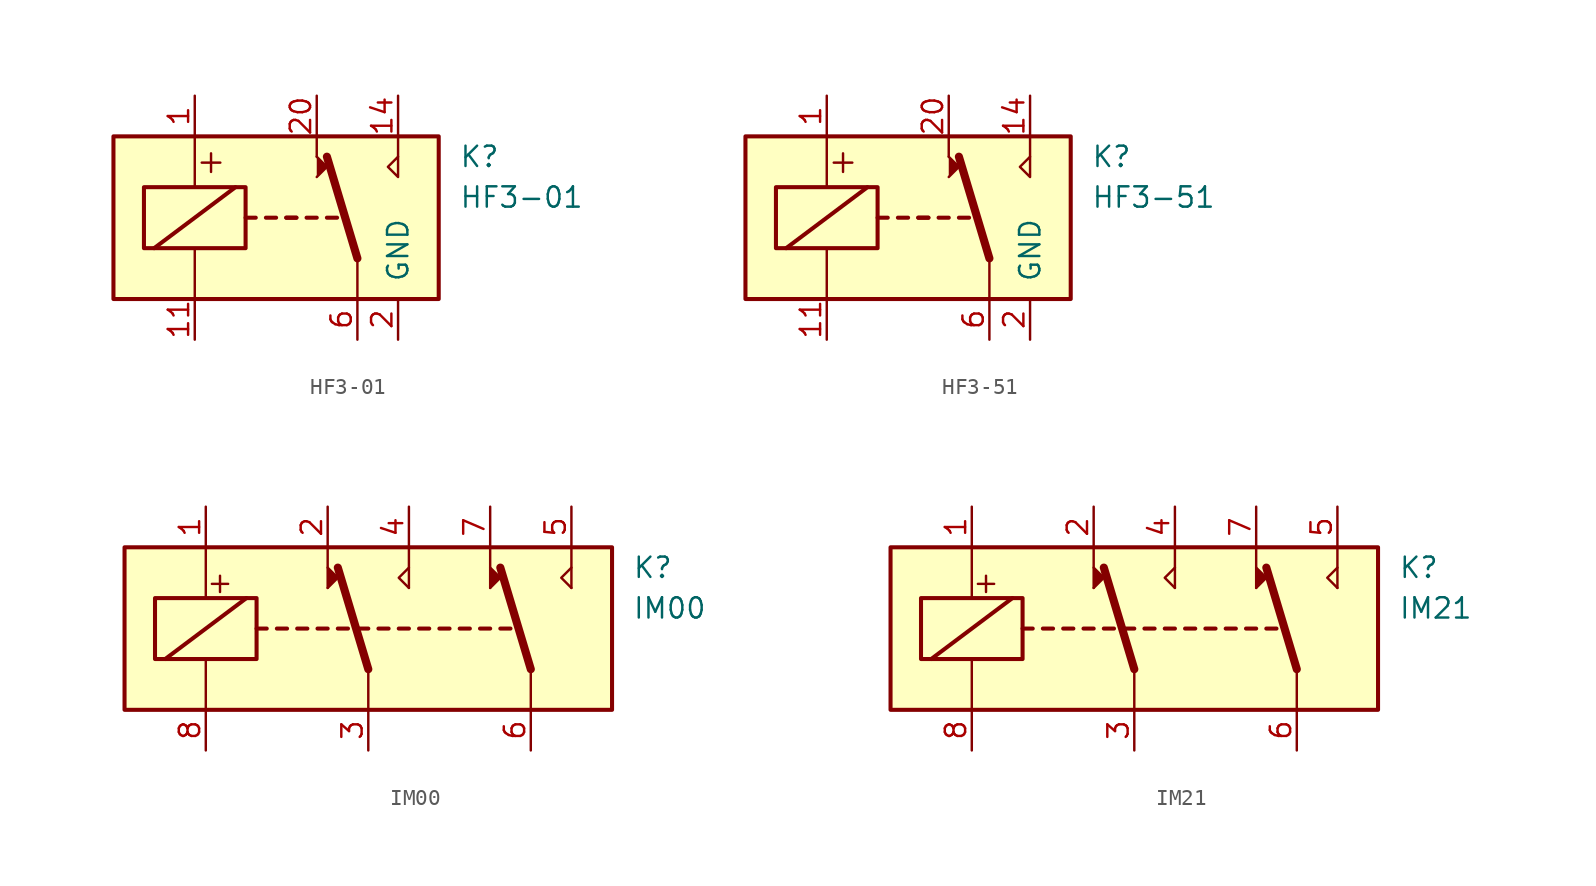
<source format=kicad_sym>
(kicad_symbol_lib
  (version 20201005)
  (generator kicad_symbol_editor)
  (symbol "HF3-01"
    (pin_names
      (offset 1.016))
    (property "Reference" "K"
      (at 11.43 3.81 0)
      (effects (font (size 1.27 1.27)) (justify left)))
    (property "Value" "HF3-01"
      (at 11.43 1.27 0)
      (effects (font (size 1.27 1.27)) (justify left)))
    (symbol "HF3-01_0_0"
      (text "+" (at -4.064 3.556 0) (effects (font (size 1.524 1.524))))
      (polyline (pts (xy 2.54 3.81) (xy 2.54 5.08)) (stroke (width 0)) (fill (type none)))
      (polyline (pts (xy 7.62 3.81) (xy 7.62 5.08)) (stroke (width 0)) (fill (type none)))
      (polyline (pts (xy 7.62 3.81) (xy 7.62 2.54) (xy 6.985 3.175) (xy 7.62 3.81)) (stroke (width 0)) (fill (type none))))
    (symbol "HF3-01_0_1"
      (rectangle (start -10.16 5.08) (end 10.16 -5.08) (stroke (width 0.254)) (fill (type background)))
      (rectangle (start -8.255 1.905) (end -1.905 -1.905) (stroke (width 0.254)) (fill (type none)))
      (polyline (pts (xy -7.62 -1.905) (xy -2.54 1.905)) (stroke (width 0.254)) (fill (type none)))
      (polyline (pts (xy -5.08 -5.08) (xy -5.08 -1.905)) (stroke (width 0)) (fill (type none)))
      (polyline (pts (xy -5.08 5.08) (xy -5.08 1.905)) (stroke (width 0)) (fill (type none)))
      (polyline (pts (xy -1.905 0) (xy -1.27 0)) (stroke (width 0.254)) (fill (type none)))
      (polyline (pts (xy -0.635 0) (xy 0 0)) (stroke (width 0.254)) (fill (type none)))
      (polyline (pts (xy 0.635 0) (xy 1.27 0)) (stroke (width 0.254)) (fill (type none)))
      (polyline (pts (xy 0.635 0) (xy 1.27 0)) (stroke (width 0.254)) (fill (type none)))
      (polyline (pts (xy 1.905 0) (xy 2.54 0)) (stroke (width 0.254)) (fill (type none)))
      (polyline (pts (xy 3.175 0) (xy 3.81 0)) (stroke (width 0.254)) (fill (type none)))
      (polyline (pts (xy 5.08 -2.54) (xy 3.175 3.81)) (stroke (width 0.508)) (fill (type none)))
      (polyline (pts (xy 5.08 -2.54) (xy 5.08 -5.08)) (stroke (width 0)) (fill (type none)))
      (polyline (pts (xy 2.54 2.54) (xy 3.175 3.175) (xy 2.54 3.81)) (stroke (width 0)) (fill (type outline))))
    (symbol "HF3-01_1_1"
      (pin passive line (at -5.08 7.62 270) (length 2.54) (name "~" (effects (font (size 1.27 1.27)))) (number "1" (effects (font (size 1.27 1.27)))))
      (pin passive line (at 7.62 -7.62 90) (length 2.54) hide (name "GND" (effects (font (size 1.27 1.27)))) (number "10" (effects (font (size 1.27 1.27)))))
      (pin passive line (at -5.08 -7.62 90) (length 2.54) (name "~" (effects (font (size 1.27 1.27)))) (number "11" (effects (font (size 1.27 1.27)))))
      (pin passive line (at 7.62 -7.62 90) (length 2.54) hide (name "GND" (effects (font (size 1.27 1.27)))) (number "12" (effects (font (size 1.27 1.27)))))
      (pin passive line (at 7.62 -7.62 90) (length 2.54) hide (name "GND" (effects (font (size 1.27 1.27)))) (number "13" (effects (font (size 1.27 1.27)))))
      (pin passive line (at 7.62 7.62 270) (length 2.54) (name "~" (effects (font (size 1.27 1.27)))) (number "14" (effects (font (size 1.27 1.27)))))
      (pin passive line (at 7.62 -7.62 90) (length 2.54) hide (name "GND" (effects (font (size 1.27 1.27)))) (number "15" (effects (font (size 1.27 1.27)))))
      (pin passive line (at 7.62 -7.62 90) (length 2.54) hide (name "GND" (effects (font (size 1.27 1.27)))) (number "17" (effects (font (size 1.27 1.27)))))
      (pin passive line (at 7.62 -7.62 90) (length 2.54) hide (name "GND" (effects (font (size 1.27 1.27)))) (number "19" (effects (font (size 1.27 1.27)))))
      (pin power_in line (at 7.62 -7.62 90) (length 2.54) (name "GND" (effects (font (size 1.27 1.27)))) (number "2" (effects (font (size 1.27 1.27)))))
      (pin passive line (at 2.54 7.62 270) (length 2.54) (name "~" (effects (font (size 1.27 1.27)))) (number "20" (effects (font (size 1.27 1.27)))))
      (pin passive line (at 7.62 -7.62 90) (length 2.54) hide (name "GND" (effects (font (size 1.27 1.27)))) (number "21" (effects (font (size 1.27 1.27)))))
      (pin passive line (at 7.62 -7.62 90) (length 2.54) hide (name "GND" (effects (font (size 1.27 1.27)))) (number "22" (effects (font (size 1.27 1.27)))))
      (pin passive line (at 7.62 -7.62 90) (length 2.54) hide (name "GND" (effects (font (size 1.27 1.27)))) (number "5" (effects (font (size 1.27 1.27)))))
      (pin passive line (at 5.08 -7.62 90) (length 2.54) (name "~" (effects (font (size 1.27 1.27)))) (number "6" (effects (font (size 1.27 1.27)))))
      (pin passive line (at 7.62 -7.62 90) (length 2.54) hide (name "GND" (effects (font (size 1.27 1.27)))) (number "7" (effects (font (size 1.27 1.27)))))))
  (symbol "HF3-51"
    (pin_names
      (offset 1.016))
    (property "Reference" "K"
      (at 11.43 3.81 0)
      (effects (font (size 1.27 1.27)) (justify left)))
    (property "Value" "HF3-51"
      (at 11.43 1.27 0)
      (effects (font (size 1.27 1.27)) (justify left)))
    (symbol "HF3-51_0_0"
      (text "+" (at -4.064 3.556 0) (effects (font (size 1.524 1.524))))
      (polyline (pts (xy 2.54 3.81) (xy 2.54 5.08)) (stroke (width 0)) (fill (type none)))
      (polyline (pts (xy 7.62 3.81) (xy 7.62 5.08)) (stroke (width 0)) (fill (type none)))
      (polyline (pts (xy 7.62 3.81) (xy 7.62 2.54) (xy 6.985 3.175) (xy 7.62 3.81)) (stroke (width 0)) (fill (type none))))
    (symbol "HF3-51_0_1"
      (rectangle (start -10.16 5.08) (end 10.16 -5.08) (stroke (width 0.254)) (fill (type background)))
      (rectangle (start -8.255 1.905) (end -1.905 -1.905) (stroke (width 0.254)) (fill (type none)))
      (polyline (pts (xy -7.62 -1.905) (xy -2.54 1.905)) (stroke (width 0.254)) (fill (type none)))
      (polyline (pts (xy -5.08 -5.08) (xy -5.08 -1.905)) (stroke (width 0)) (fill (type none)))
      (polyline (pts (xy -5.08 5.08) (xy -5.08 1.905)) (stroke (width 0)) (fill (type none)))
      (polyline (pts (xy -1.905 0) (xy -1.27 0)) (stroke (width 0.254)) (fill (type none)))
      (polyline (pts (xy -0.635 0) (xy 0 0)) (stroke (width 0.254)) (fill (type none)))
      (polyline (pts (xy 0.635 0) (xy 1.27 0)) (stroke (width 0.254)) (fill (type none)))
      (polyline (pts (xy 0.635 0) (xy 1.27 0)) (stroke (width 0.254)) (fill (type none)))
      (polyline (pts (xy 1.905 0) (xy 2.54 0)) (stroke (width 0.254)) (fill (type none)))
      (polyline (pts (xy 3.175 0) (xy 3.81 0)) (stroke (width 0.254)) (fill (type none)))
      (polyline (pts (xy 5.08 -2.54) (xy 3.175 3.81)) (stroke (width 0.508)) (fill (type none)))
      (polyline (pts (xy 5.08 -2.54) (xy 5.08 -5.08)) (stroke (width 0)) (fill (type none)))
      (polyline (pts (xy 2.54 2.54) (xy 3.175 3.175) (xy 2.54 3.81)) (stroke (width 0)) (fill (type outline))))
    (symbol "HF3-51_1_1"
      (pin passive line (at -5.08 7.62 270) (length 2.54) (name "~" (effects (font (size 1.27 1.27)))) (number "1" (effects (font (size 1.27 1.27)))))
      (pin passive line (at 7.62 -7.62 90) (length 2.54) hide (name "GND" (effects (font (size 1.27 1.27)))) (number "10" (effects (font (size 1.27 1.27)))))
      (pin passive line (at -5.08 -7.62 90) (length 2.54) (name "~" (effects (font (size 1.27 1.27)))) (number "11" (effects (font (size 1.27 1.27)))))
      (pin passive line (at 7.62 -7.62 90) (length 2.54) hide (name "GND" (effects (font (size 1.27 1.27)))) (number "12" (effects (font (size 1.27 1.27)))))
      (pin passive line (at 7.62 -7.62 90) (length 2.54) hide (name "GND" (effects (font (size 1.27 1.27)))) (number "13" (effects (font (size 1.27 1.27)))))
      (pin passive line (at 7.62 7.62 270) (length 2.54) (name "~" (effects (font (size 1.27 1.27)))) (number "14" (effects (font (size 1.27 1.27)))))
      (pin passive line (at 7.62 -7.62 90) (length 2.54) hide (name "GND" (effects (font (size 1.27 1.27)))) (number "15" (effects (font (size 1.27 1.27)))))
      (pin passive line (at 7.62 -7.62 90) (length 2.54) hide (name "GND" (effects (font (size 1.27 1.27)))) (number "17" (effects (font (size 1.27 1.27)))))
      (pin passive line (at 7.62 -7.62 90) (length 2.54) hide (name "GND" (effects (font (size 1.27 1.27)))) (number "19" (effects (font (size 1.27 1.27)))))
      (pin power_in line (at 7.62 -7.62 90) (length 2.54) (name "GND" (effects (font (size 1.27 1.27)))) (number "2" (effects (font (size 1.27 1.27)))))
      (pin passive line (at 2.54 7.62 270) (length 2.54) (name "~" (effects (font (size 1.27 1.27)))) (number "20" (effects (font (size 1.27 1.27)))))
      (pin passive line (at 7.62 -7.62 90) (length 2.54) hide (name "GND" (effects (font (size 1.27 1.27)))) (number "21" (effects (font (size 1.27 1.27)))))
      (pin passive line (at 7.62 -7.62 90) (length 2.54) hide (name "GND" (effects (font (size 1.27 1.27)))) (number "22" (effects (font (size 1.27 1.27)))))
      (pin passive line (at 7.62 -7.62 90) (length 2.54) hide (name "GND" (effects (font (size 1.27 1.27)))) (number "5" (effects (font (size 1.27 1.27)))))
      (pin passive line (at 5.08 -7.62 90) (length 2.54) (name "~" (effects (font (size 1.27 1.27)))) (number "6" (effects (font (size 1.27 1.27)))))
      (pin passive line (at 7.62 -7.62 90) (length 2.54) hide (name "GND" (effects (font (size 1.27 1.27)))) (number "7" (effects (font (size 1.27 1.27)))))))
  (symbol "IM00"
    (pin_names
      (offset 1.016))
    (property "Reference" "K"
      (at 16.51 3.81 0)
      (effects (font (size 1.27 1.27)) (justify left)))
    (property "Value" "IM00"
      (at 16.51 1.27 0)
      (effects (font (size 1.27 1.27)) (justify left)))
    (symbol "IM00_0_1"
      (rectangle (start -15.24 5.08) (end 15.24 -5.08) (stroke (width 0.254)) (fill (type background)))
      (rectangle (start -13.335 1.905) (end -6.985 -1.905) (stroke (width 0.254)) (fill (type none)))
      (polyline (pts (xy -12.7 -1.905) (xy -7.62 1.905)) (stroke (width 0.254)) (fill (type none)))
      (polyline (pts (xy -10.16 -5.08) (xy -10.16 -1.905)) (stroke (width 0)) (fill (type none)))
      (polyline (pts (xy -10.16 5.08) (xy -10.16 1.905)) (stroke (width 0)) (fill (type none)))
      (polyline (pts (xy -9.779 2.794) (xy -8.763 2.794)) (stroke (width 0)) (fill (type none)))
      (polyline (pts (xy -9.271 3.302) (xy -9.271 2.286)) (stroke (width 0)) (fill (type none)))
      (polyline (pts (xy -6.985 0) (xy -6.35 0)) (stroke (width 0.254)) (fill (type none)))
      (polyline (pts (xy -5.715 0) (xy -5.08 0)) (stroke (width 0.254)) (fill (type none)))
      (polyline (pts (xy -4.445 0) (xy -3.81 0)) (stroke (width 0.254)) (fill (type none)))
      (polyline (pts (xy -3.175 0) (xy -2.54 0)) (stroke (width 0.254)) (fill (type none)))
      (polyline (pts (xy -2.54 2.54) (xy -2.54 5.08)) (stroke (width 0)) (fill (type none)))
      (polyline (pts (xy -1.905 0) (xy -1.27 0)) (stroke (width 0.254)) (fill (type none)))
      (polyline (pts (xy -0.635 0) (xy 0 0)) (stroke (width 0.254)) (fill (type none)))
      (polyline (pts (xy 0 -2.54) (xy -1.905 3.81)) (stroke (width 0.508)) (fill (type none)))
      (polyline (pts (xy 0 -2.54) (xy 0 -5.08)) (stroke (width 0)) (fill (type none)))
      (polyline (pts (xy 0.635 0) (xy 1.27 0)) (stroke (width 0.254)) (fill (type none)))
      (polyline (pts (xy 1.905 0) (xy 2.54 0)) (stroke (width 0.254)) (fill (type none)))
      (polyline (pts (xy 2.54 2.54) (xy 2.54 5.08)) (stroke (width 0)) (fill (type none)))
      (polyline (pts (xy 3.175 0) (xy 3.81 0)) (stroke (width 0.254)) (fill (type none)))
      (polyline (pts (xy 4.445 0) (xy 5.08 0)) (stroke (width 0.254)) (fill (type none)))
      (polyline (pts (xy 5.715 0) (xy 6.35 0)) (stroke (width 0.254)) (fill (type none)))
      (polyline (pts (xy 6.985 0) (xy 7.62 0)) (stroke (width 0.254)) (fill (type none)))
      (polyline (pts (xy 7.62 2.54) (xy 7.62 5.08)) (stroke (width 0)) (fill (type none)))
      (polyline (pts (xy 8.255 0) (xy 8.89 0)) (stroke (width 0.254)) (fill (type none)))
      (polyline (pts (xy 10.16 -2.54) (xy 8.255 3.81)) (stroke (width 0.508)) (fill (type none)))
      (polyline (pts (xy 10.16 -2.54) (xy 10.16 -5.08)) (stroke (width 0)) (fill (type none)))
      (polyline (pts (xy 12.7 2.54) (xy 12.7 5.08)) (stroke (width 0)) (fill (type none)))
      (polyline (pts (xy -2.54 2.54) (xy -1.905 3.175) (xy -2.54 3.81)) (stroke (width 0)) (fill (type outline)))
      (polyline (pts (xy 2.54 2.54) (xy 1.905 3.175) (xy 2.54 3.81)) (stroke (width 0)) (fill (type none)))
      (polyline (pts (xy 7.62 2.54) (xy 8.255 3.175) (xy 7.62 3.81)) (stroke (width 0)) (fill (type outline)))
      (polyline (pts (xy 12.7 2.54) (xy 12.065 3.175) (xy 12.7 3.81)) (stroke (width 0)) (fill (type none))))
    (symbol "IM00_1_1"
      (pin passive line (at -10.16 7.62 270) (length 2.54) (name "~" (effects (font (size 1.27 1.27)))) (number "1" (effects (font (size 1.27 1.27)))))
      (pin passive line (at -2.54 7.62 270) (length 2.54) (name "~" (effects (font (size 1.27 1.27)))) (number "2" (effects (font (size 1.27 1.27)))))
      (pin passive line (at 0 -7.62 90) (length 2.54) (name "~" (effects (font (size 1.27 1.27)))) (number "3" (effects (font (size 1.27 1.27)))))
      (pin passive line (at 2.54 7.62 270) (length 2.54) (name "~" (effects (font (size 1.27 1.27)))) (number "4" (effects (font (size 1.27 1.27)))))
      (pin passive line (at 12.7 7.62 270) (length 2.54) (name "~" (effects (font (size 1.27 1.27)))) (number "5" (effects (font (size 1.27 1.27)))))
      (pin passive line (at 10.16 -7.62 90) (length 2.54) (name "~" (effects (font (size 1.27 1.27)))) (number "6" (effects (font (size 1.27 1.27)))))
      (pin passive line (at 7.62 7.62 270) (length 2.54) (name "~" (effects (font (size 1.27 1.27)))) (number "7" (effects (font (size 1.27 1.27)))))
      (pin passive line (at -10.16 -7.62 90) (length 2.54) (name "~" (effects (font (size 1.27 1.27)))) (number "8" (effects (font (size 1.27 1.27)))))))
  (symbol "IM21"
    (pin_names
      (offset 1.016))
    (property "Reference" "K"
      (at 16.51 3.81 0)
      (effects (font (size 1.27 1.27)) (justify left)))
    (property "Value" "IM21"
      (at 16.51 1.27 0)
      (effects (font (size 1.27 1.27)) (justify left)))
    (symbol "IM21_0_1"
      (rectangle (start -15.24 5.08) (end 15.24 -5.08) (stroke (width 0.254)) (fill (type background)))
      (rectangle (start -13.335 1.905) (end -6.985 -1.905) (stroke (width 0.254)) (fill (type none)))
      (polyline (pts (xy -12.7 -1.905) (xy -7.62 1.905)) (stroke (width 0.254)) (fill (type none)))
      (polyline (pts (xy -10.16 -5.08) (xy -10.16 -1.905)) (stroke (width 0)) (fill (type none)))
      (polyline (pts (xy -10.16 5.08) (xy -10.16 1.905)) (stroke (width 0)) (fill (type none)))
      (polyline (pts (xy -9.779 2.794) (xy -8.763 2.794)) (stroke (width 0)) (fill (type none)))
      (polyline (pts (xy -9.271 3.302) (xy -9.271 2.286)) (stroke (width 0)) (fill (type none)))
      (polyline (pts (xy -6.985 0) (xy -6.35 0)) (stroke (width 0.254)) (fill (type none)))
      (polyline (pts (xy -5.715 0) (xy -5.08 0)) (stroke (width 0.254)) (fill (type none)))
      (polyline (pts (xy -4.445 0) (xy -3.81 0)) (stroke (width 0.254)) (fill (type none)))
      (polyline (pts (xy -3.175 0) (xy -2.54 0)) (stroke (width 0.254)) (fill (type none)))
      (polyline (pts (xy -2.54 2.54) (xy -2.54 5.08)) (stroke (width 0)) (fill (type none)))
      (polyline (pts (xy -1.905 0) (xy -1.27 0)) (stroke (width 0.254)) (fill (type none)))
      (polyline (pts (xy -0.635 0) (xy 0 0)) (stroke (width 0.254)) (fill (type none)))
      (polyline (pts (xy 0 -2.54) (xy -1.905 3.81)) (stroke (width 0.508)) (fill (type none)))
      (polyline (pts (xy 0 -2.54) (xy 0 -5.08)) (stroke (width 0)) (fill (type none)))
      (polyline (pts (xy 0.635 0) (xy 1.27 0)) (stroke (width 0.254)) (fill (type none)))
      (polyline (pts (xy 1.905 0) (xy 2.54 0)) (stroke (width 0.254)) (fill (type none)))
      (polyline (pts (xy 2.54 2.54) (xy 2.54 5.08)) (stroke (width 0)) (fill (type none)))
      (polyline (pts (xy 3.175 0) (xy 3.81 0)) (stroke (width 0.254)) (fill (type none)))
      (polyline (pts (xy 4.445 0) (xy 5.08 0)) (stroke (width 0.254)) (fill (type none)))
      (polyline (pts (xy 5.715 0) (xy 6.35 0)) (stroke (width 0.254)) (fill (type none)))
      (polyline (pts (xy 6.985 0) (xy 7.62 0)) (stroke (width 0.254)) (fill (type none)))
      (polyline (pts (xy 7.62 2.54) (xy 7.62 5.08)) (stroke (width 0)) (fill (type none)))
      (polyline (pts (xy 8.255 0) (xy 8.89 0)) (stroke (width 0.254)) (fill (type none)))
      (polyline (pts (xy 10.16 -2.54) (xy 8.255 3.81)) (stroke (width 0.508)) (fill (type none)))
      (polyline (pts (xy 10.16 -2.54) (xy 10.16 -5.08)) (stroke (width 0)) (fill (type none)))
      (polyline (pts (xy 12.7 2.54) (xy 12.7 5.08)) (stroke (width 0)) (fill (type none)))
      (polyline (pts (xy -2.54 2.54) (xy -1.905 3.175) (xy -2.54 3.81)) (stroke (width 0)) (fill (type outline)))
      (polyline (pts (xy 2.54 2.54) (xy 1.905 3.175) (xy 2.54 3.81)) (stroke (width 0)) (fill (type none)))
      (polyline (pts (xy 7.62 2.54) (xy 8.255 3.175) (xy 7.62 3.81)) (stroke (width 0)) (fill (type outline)))
      (polyline (pts (xy 12.7 2.54) (xy 12.065 3.175) (xy 12.7 3.81)) (stroke (width 0)) (fill (type none))))
    (symbol "IM21_1_1"
      (pin passive line (at -10.16 7.62 270) (length 2.54) (name "~" (effects (font (size 1.27 1.27)))) (number "1" (effects (font (size 1.27 1.27)))))
      (pin passive line (at -2.54 7.62 270) (length 2.54) (name "~" (effects (font (size 1.27 1.27)))) (number "2" (effects (font (size 1.27 1.27)))))
      (pin passive line (at 0 -7.62 90) (length 2.54) (name "~" (effects (font (size 1.27 1.27)))) (number "3" (effects (font (size 1.27 1.27)))))
      (pin passive line (at 2.54 7.62 270) (length 2.54) (name "~" (effects (font (size 1.27 1.27)))) (number "4" (effects (font (size 1.27 1.27)))))
      (pin passive line (at 12.7 7.62 270) (length 2.54) (name "~" (effects (font (size 1.27 1.27)))) (number "5" (effects (font (size 1.27 1.27)))))
      (pin passive line (at 10.16 -7.62 90) (length 2.54) (name "~" (effects (font (size 1.27 1.27)))) (number "6" (effects (font (size 1.27 1.27)))))
      (pin passive line (at 7.62 7.62 270) (length 2.54) (name "~" (effects (font (size 1.27 1.27)))) (number "7" (effects (font (size 1.27 1.27)))))
      (pin passive line (at -10.16 -7.62 90) (length 2.54) (name "~" (effects (font (size 1.27 1.27)))) (number "8" (effects (font (size 1.27 1.27))))))))
</source>
